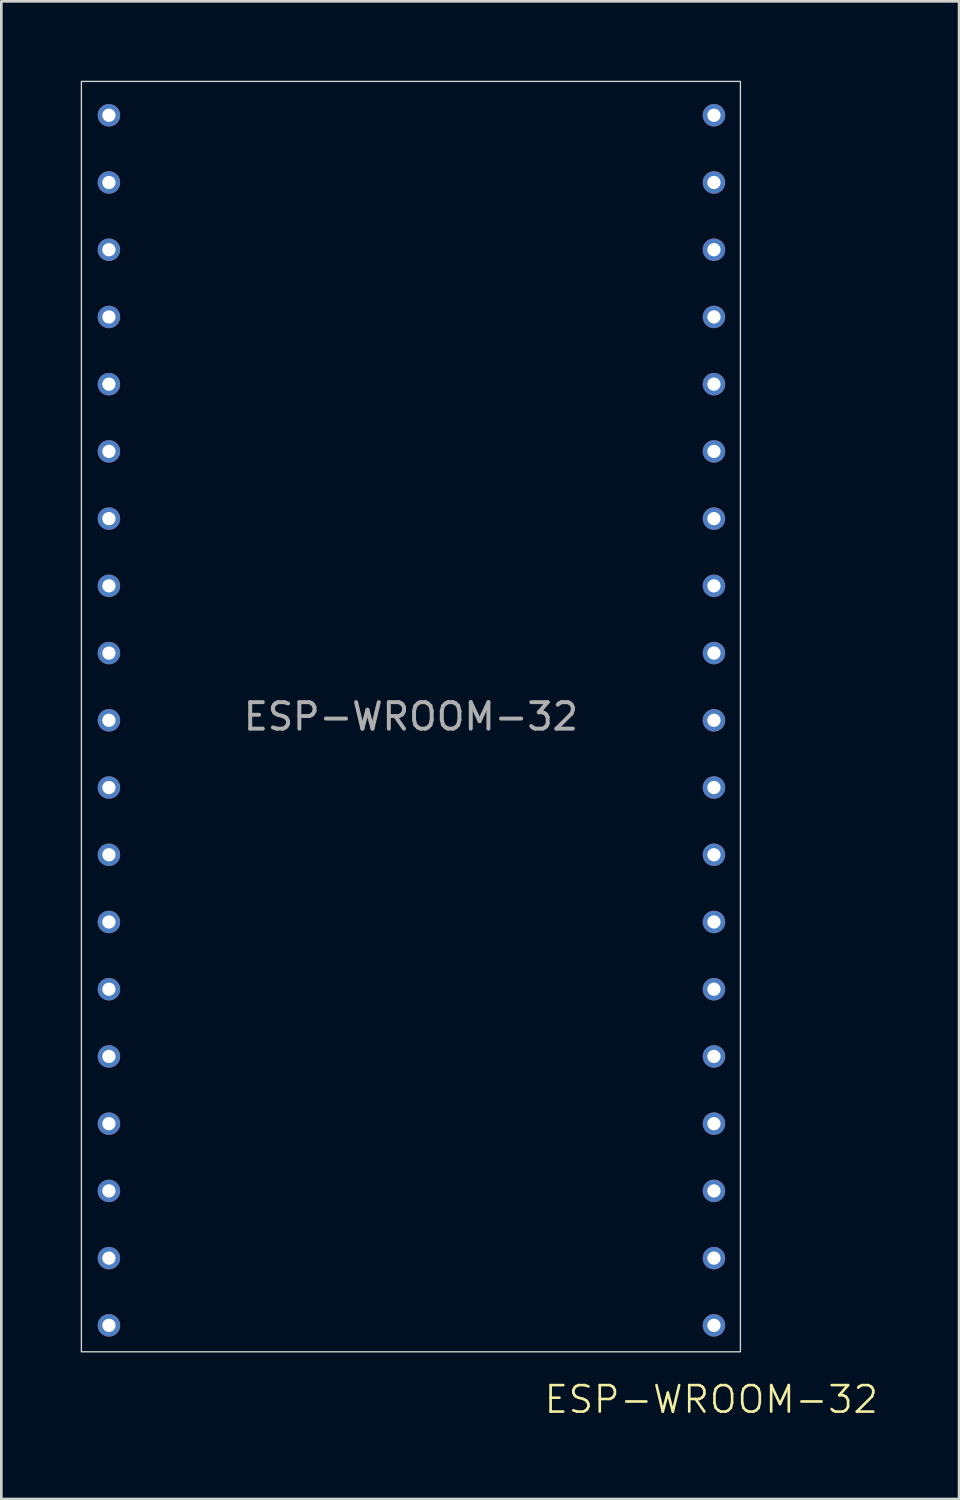
<source format=kicad_pcb>
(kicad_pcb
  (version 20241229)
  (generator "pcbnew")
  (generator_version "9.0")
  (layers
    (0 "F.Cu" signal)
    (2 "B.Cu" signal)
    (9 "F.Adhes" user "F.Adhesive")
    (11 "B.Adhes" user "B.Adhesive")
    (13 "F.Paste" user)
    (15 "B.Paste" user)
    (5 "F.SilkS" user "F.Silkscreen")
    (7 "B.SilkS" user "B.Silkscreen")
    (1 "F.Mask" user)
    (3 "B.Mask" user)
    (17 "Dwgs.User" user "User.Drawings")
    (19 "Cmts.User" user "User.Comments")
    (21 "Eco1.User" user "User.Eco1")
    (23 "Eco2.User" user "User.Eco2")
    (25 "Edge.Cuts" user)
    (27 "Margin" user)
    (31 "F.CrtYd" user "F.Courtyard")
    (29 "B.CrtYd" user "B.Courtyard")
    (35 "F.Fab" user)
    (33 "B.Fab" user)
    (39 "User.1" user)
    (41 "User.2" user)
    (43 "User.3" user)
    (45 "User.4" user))
  (footprint "ESP-WROOM-32"
    (layer "F.Cu")
    (at 12.325 25.125)
    (property "Reference" "ESP-WROOM-32" (at 11.5 24.7 0) (unlocked yes) (layer "F.SilkS") (effects (font (size 1 1) (thickness 0.1))))
    (attr through_hole)
    (fp_rect (start -12.3 -25.1) (end 12.6 22.9) (stroke (width 0.05) (type default)) (fill no) (layer "Edge.Cuts"))
    (fp_text user "${REFERENCE}" (at 0.15 -1.1 0) (unlocked yes) (layer "F.Fab") (effects (font (size 1 1) (thickness 0.15))))
    (pad "1" thru_hole circle (at -11.26 -23.82) (size 0.85 0.85) (drill 0.5) (layers "*.Cu" "*.Mask"))
    (pad "1" thru_hole circle (at 11.6 -23.82) (size 0.85 0.85) (drill 0.5) (layers "*.Cu" "*.Mask"))
    (pad "2" thru_hole circle (at -11.26 -21.28) (size 0.85 0.85) (drill 0.5) (layers "*.Cu" "*.Mask"))
    (pad "2" thru_hole circle (at 11.6 -21.28) (size 0.85 0.85) (drill 0.5) (layers "*.Cu" "*.Mask"))
    (pad "3" thru_hole circle (at -11.26 -18.74) (size 0.85 0.85) (drill 0.5) (layers "*.Cu" "*.Mask"))
    (pad "3" thru_hole circle (at 11.6 -18.74) (size 0.85 0.85) (drill 0.5) (layers "*.Cu" "*.Mask"))
    (pad "4" thru_hole circle (at -11.26 -16.2) (size 0.85 0.85) (drill 0.5) (layers "*.Cu" "*.Mask"))
    (pad "4" thru_hole circle (at 11.6 -16.2) (size 0.85 0.85) (drill 0.5) (layers "*.Cu" "*.Mask"))
    (pad "5" thru_hole circle (at -11.26 -13.66) (size 0.85 0.85) (drill 0.5) (layers "*.Cu" "*.Mask"))
    (pad "5" thru_hole circle (at 11.6 -13.66) (size 0.85 0.85) (drill 0.5) (layers "*.Cu" "*.Mask"))
    (pad "6" thru_hole circle (at -11.26 -11.12) (size 0.85 0.85) (drill 0.5) (layers "*.Cu" "*.Mask"))
    (pad "6" thru_hole circle (at 11.6 -11.12) (size 0.85 0.85) (drill 0.5) (layers "*.Cu" "*.Mask"))
    (pad "7" thru_hole circle (at -11.26 -8.58) (size 0.85 0.85) (drill 0.5) (layers "*.Cu" "*.Mask"))
    (pad "7" thru_hole circle (at 11.6 -8.58) (size 0.85 0.85) (drill 0.5) (layers "*.Cu" "*.Mask"))
    (pad "8" thru_hole circle (at -11.26 -6.04) (size 0.85 0.85) (drill 0.5) (layers "*.Cu" "*.Mask"))
    (pad "8" thru_hole circle (at 11.6 -6.04) (size 0.85 0.85) (drill 0.5) (layers "*.Cu" "*.Mask"))
    (pad "9" thru_hole circle (at -11.26 -3.5) (size 0.85 0.85) (drill 0.5) (layers "*.Cu" "*.Mask"))
    (pad "9" thru_hole circle (at 11.6 -3.5) (size 0.85 0.85) (drill 0.5) (layers "*.Cu" "*.Mask"))
    (pad "10" thru_hole circle (at -11.26 -0.96) (size 0.85 0.85) (drill 0.5) (layers "*.Cu" "*.Mask"))
    (pad "10" thru_hole circle (at 11.6 -0.96) (size 0.85 0.85) (drill 0.5) (layers "*.Cu" "*.Mask"))
    (pad "11" thru_hole circle (at -11.26 1.58) (size 0.85 0.85) (drill 0.5) (layers "*.Cu" "*.Mask"))
    (pad "11" thru_hole circle (at 11.6 1.58) (size 0.85 0.85) (drill 0.5) (layers "*.Cu" "*.Mask"))
    (pad "12" thru_hole circle (at -11.26 4.12) (size 0.85 0.85) (drill 0.5) (layers "*.Cu" "*.Mask"))
    (pad "12" thru_hole circle (at 11.6 4.12) (size 0.85 0.85) (drill 0.5) (layers "*.Cu" "*.Mask"))
    (pad "13" thru_hole circle (at -11.26 6.66) (size 0.85 0.85) (drill 0.5) (layers "*.Cu" "*.Mask"))
    (pad "13" thru_hole circle (at 11.6 6.66) (size 0.85 0.85) (drill 0.5) (layers "*.Cu" "*.Mask"))
    (pad "14" thru_hole circle (at -11.26 9.2) (size 0.85 0.85) (drill 0.5) (layers "*.Cu" "*.Mask"))
    (pad "14" thru_hole circle (at 11.6 9.2) (size 0.85 0.85) (drill 0.5) (layers "*.Cu" "*.Mask"))
    (pad "15" thru_hole circle (at -11.26 11.74) (size 0.85 0.85) (drill 0.5) (layers "*.Cu" "*.Mask"))
    (pad "15" thru_hole circle (at 11.6 11.74) (size 0.85 0.85) (drill 0.5) (layers "*.Cu" "*.Mask"))
    (pad "16" thru_hole circle (at -11.26 14.28) (size 0.85 0.85) (drill 0.5) (layers "*.Cu" "*.Mask"))
    (pad "16" thru_hole circle (at 11.6 14.28) (size 0.85 0.85) (drill 0.5) (layers "*.Cu" "*.Mask"))
    (pad "17" thru_hole circle (at -11.26 16.82) (size 0.85 0.85) (drill 0.5) (layers "*.Cu" "*.Mask"))
    (pad "17" thru_hole circle (at 11.6 16.82) (size 0.85 0.85) (drill 0.5) (layers "*.Cu" "*.Mask"))
    (pad "18" thru_hole circle (at -11.26 19.36) (size 0.85 0.85) (drill 0.5) (layers "*.Cu" "*.Mask"))
    (pad "18" thru_hole circle (at 11.6 19.36) (size 0.85 0.85) (drill 0.5) (layers "*.Cu" "*.Mask"))
    (pad "19" thru_hole circle (at -11.26 21.9) (size 0.85 0.85) (drill 0.5) (layers "*.Cu" "*.Mask"))
    (pad "19" thru_hole circle (at 11.6 21.9) (size 0.85 0.85) (drill 0.5) (layers "*.Cu" "*.Mask")))
  (gr_rect
    (start -3 -3)
    (end 33.185 53.586)
    (stroke (width 0.1) (type default))
    (fill no)
    (layer "Edge.Cuts")))
</source>
